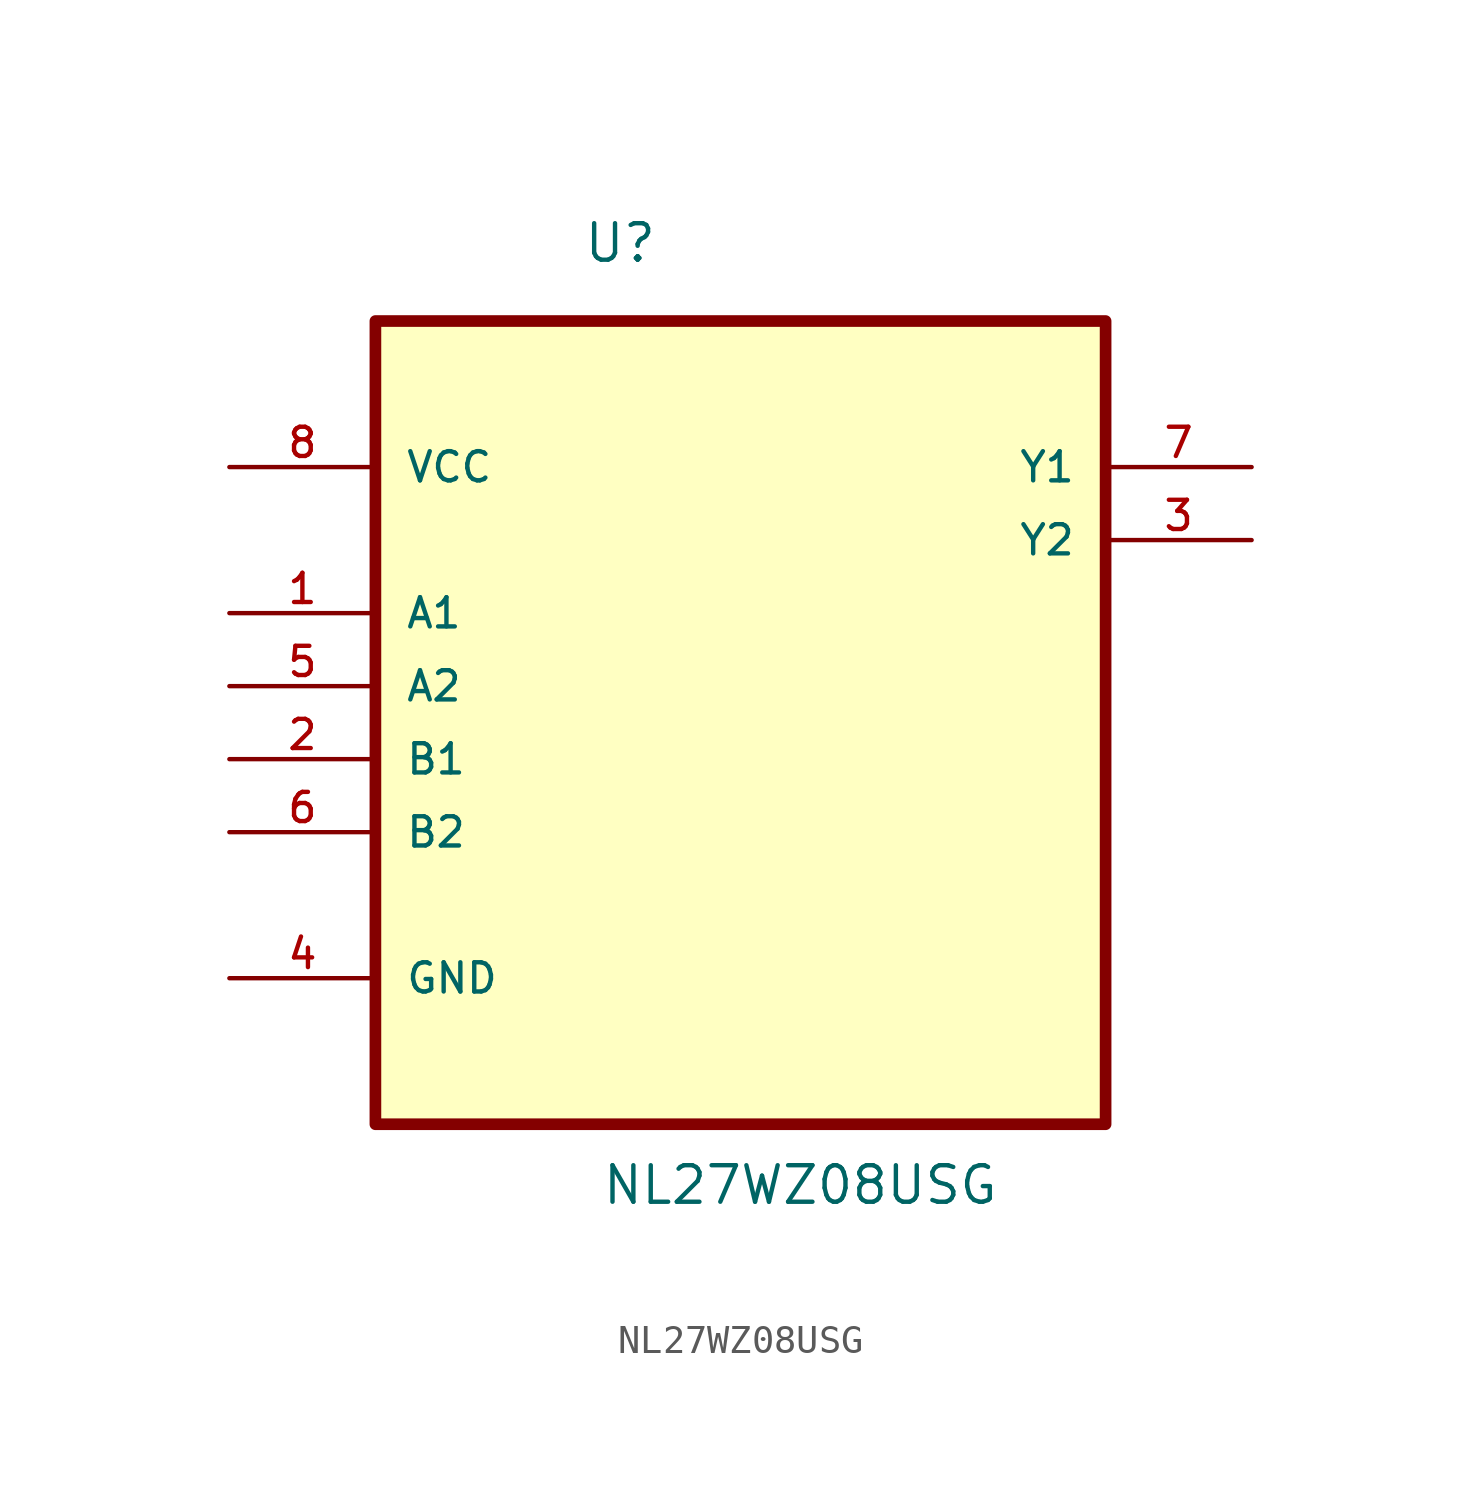
<source format=kicad_sym>
(kicad_symbol_lib
  (version 20211014)
  (generator kicad_symbol_editor)
  (symbol "NL27WZ08USG"
    (pin_names
      (offset 1.016))
    (property "Reference" "U"
      (at -5.493 12.13 0.0)
      (effects (font (size 1.27 1.27)) (justify bottom left)))
    (property "Value" "NL27WZ08USG"
      (at -4.855 -20.639 0.0)
      (effects (font (size 1.27 1.27)) (justify bottom left)))
    (symbol "NL27WZ08USG_0_0"
      (rectangle (start -12.7 -17.78) (end 12.7 10.16) (stroke (width 0.406)) (fill (type background)))
      (pin power_in line (at -17.78 5.08 0) (length 5.08) (name "VCC" (effects (font (size 1.016 1.016)))) (number "8" (effects (font (size 1.016 1.016)))))
      (pin input line (at -17.78 0.0 0) (length 5.08) (name "A1" (effects (font (size 1.016 1.016)))) (number "1" (effects (font (size 1.016 1.016)))))
      (pin input line (at -17.78 -2.54 0) (length 5.08) (name "A2" (effects (font (size 1.016 1.016)))) (number "5" (effects (font (size 1.016 1.016)))))
      (pin input line (at -17.78 -5.08 0) (length 5.08) (name "B1" (effects (font (size 1.016 1.016)))) (number "2" (effects (font (size 1.016 1.016)))))
      (pin input line (at -17.78 -7.62 0) (length 5.08) (name "B2" (effects (font (size 1.016 1.016)))) (number "6" (effects (font (size 1.016 1.016)))))
      (pin passive line (at -17.78 -12.7 0) (length 5.08) (name "GND" (effects (font (size 1.016 1.016)))) (number "4" (effects (font (size 1.016 1.016)))))
      (pin output line (at 17.78 5.08 180.0) (length 5.08) (name "Y1" (effects (font (size 1.016 1.016)))) (number "7" (effects (font (size 1.016 1.016)))))
      (pin output line (at 17.78 2.54 180.0) (length 5.08) (name "Y2" (effects (font (size 1.016 1.016)))) (number "3" (effects (font (size 1.016 1.016))))))))
</source>
